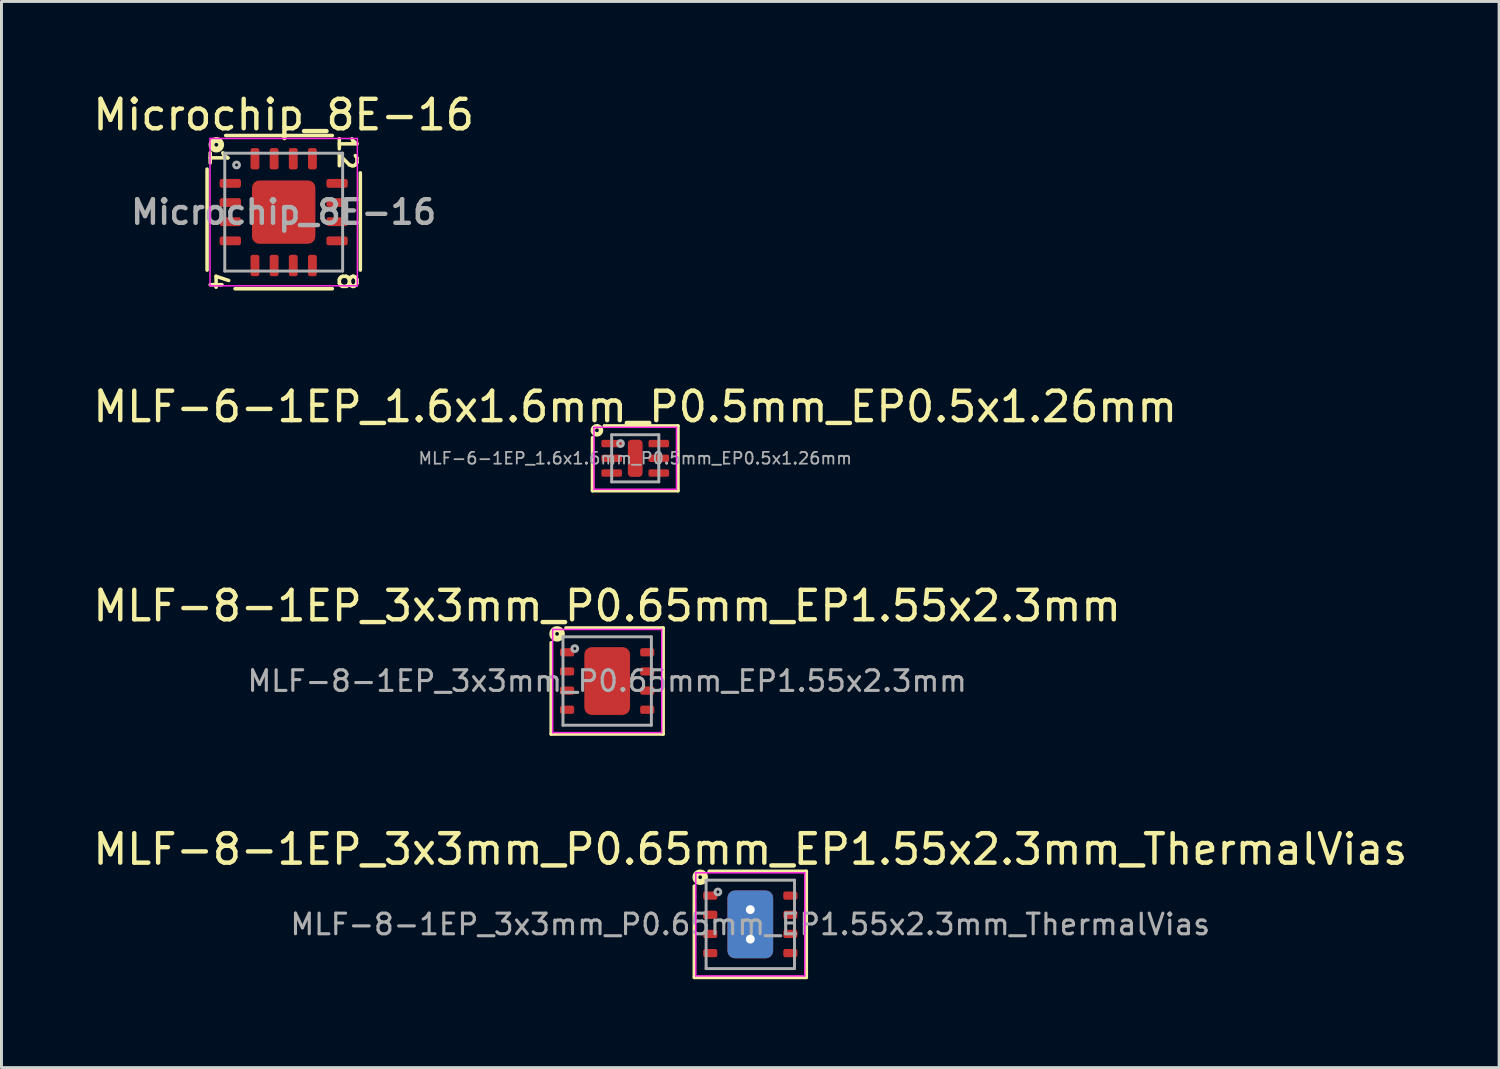
<source format=kicad_pcb>
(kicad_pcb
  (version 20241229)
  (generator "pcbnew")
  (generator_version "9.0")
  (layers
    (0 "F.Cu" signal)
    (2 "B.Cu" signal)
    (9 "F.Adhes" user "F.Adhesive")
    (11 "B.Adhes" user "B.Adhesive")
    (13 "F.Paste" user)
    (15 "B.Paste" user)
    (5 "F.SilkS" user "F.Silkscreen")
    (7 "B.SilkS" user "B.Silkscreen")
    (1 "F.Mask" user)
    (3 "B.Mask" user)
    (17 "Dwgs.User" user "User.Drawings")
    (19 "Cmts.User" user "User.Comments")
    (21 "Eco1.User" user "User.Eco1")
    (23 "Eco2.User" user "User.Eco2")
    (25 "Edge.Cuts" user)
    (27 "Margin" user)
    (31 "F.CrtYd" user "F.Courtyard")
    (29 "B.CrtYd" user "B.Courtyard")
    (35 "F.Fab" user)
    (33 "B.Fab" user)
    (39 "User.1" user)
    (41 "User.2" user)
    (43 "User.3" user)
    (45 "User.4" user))
  (footprint "Microchip_8E-16"
    (layer "F.Cu")
    (at 6.577 4.148)
    (property "Reference" "Microchip_8E-16" (at 0 -3.3 0) (layer "F.SilkS") (effects (font (size 1 1) (thickness 0.15))))
    (attr smd)
    (fp_line (start -2.6 1.968) (end -2.6 -1.46) (stroke (width 0.12) (type solid)) (layer "F.SilkS"))
    (fp_line (start -1.968 -2.6) (end 1.651 -2.6) (stroke (width 0.12) (type solid)) (layer "F.SilkS"))
    (fp_line (start 1.651 2.6) (end -1.651 2.6) (stroke (width 0.12) (type solid)) (layer "F.SilkS"))
    (fp_line (start 2.6 -1.333) (end 2.6 1.968) (stroke (width 0.12) (type solid)) (layer "F.SilkS"))
    (fp_circle (center -2.286 -2.286) (end -2.223 -2.286) (stroke (width 0.2) (type solid)) (fill no) (layer "F.SilkS"))
    (fp_line (start -2.5 -2.5) (end -2.5 2.5) (stroke (width 0.05) (type solid)) (layer "F.CrtYd"))
    (fp_line (start -2.5 -2.5) (end 2.5 -2.5) (stroke (width 0.05) (type solid)) (layer "F.CrtYd"))
    (fp_line (start -2.5 2.5) (end 2.5 2.5) (stroke (width 0.05) (type solid)) (layer "F.CrtYd"))
    (fp_line (start 2.5 -2.5) (end 2.5 2.5) (stroke (width 0.05) (type solid)) (layer "F.CrtYd"))
    (fp_line (start -2 -2) (end 2 -2) (stroke (width 0.1) (type solid)) (layer "F.Fab"))
    (fp_line (start -2 2) (end -2 -2) (stroke (width 0.1) (type solid)) (layer "F.Fab"))
    (fp_line (start 2 -2) (end 2 2) (stroke (width 0.1) (type solid)) (layer "F.Fab"))
    (fp_line (start 2 2) (end -2 2) (stroke (width 0.1) (type solid)) (layer "F.Fab"))
    (fp_circle (center -1.6 -1.6) (end -1.5 -1.6) (stroke (width 0.1) (type solid)) (fill no) (layer "F.Fab"))
    (fp_text user "12" (at 2.159 -2.032 270) (unlocked yes) (layer "F.SilkS") (effects (font (size 0.6 0.6) (thickness 0.12))))
    (fp_text user "1" (at -2.223 -1.841 270) (unlocked yes) (layer "F.SilkS") (effects (font (size 0.6 0.6) (thickness 0.12))))
    (fp_text user "4" (at -2.223 2.349 270) (unlocked yes) (layer "F.SilkS") (effects (font (size 0.6 0.6) (thickness 0.12))))
    (fp_text user "8" (at 2.159 2.349 270) (unlocked yes) (layer "F.SilkS") (effects (font (size 0.6 0.6) (thickness 0.12))))
    (fp_text user "${REFERENCE}" (at 0 0 0) (layer "F.Fab") (effects (font (size 0.8 0.8) (thickness 0.15))))
    (pad "" smd roundrect (at -0.55 -0.55 90) (size 0.9 0.9) (layers "F.Paste") (roundrect_rratio 0.116))
    (pad "" smd roundrect (at -0.55 0.55 90) (size 0.9 0.9) (layers "F.Paste") (roundrect_rratio 0.116))
    (pad "" smd roundrect (at 0.55 -0.55 90) (size 0.9 0.9) (layers "F.Paste") (roundrect_rratio 0.116))
    (pad "" smd roundrect (at 0.55 0.55 90) (size 0.9 0.9) (layers "F.Paste") (roundrect_rratio 0.116))
    (pad "1" smd roundrect (at -1.812 -0.975) (size 0.725 0.3) (layers "F.Cu" "F.Mask" "F.Paste") (roundrect_rratio 0.25))
    (pad "2" smd roundrect (at -1.812 -0.325) (size 0.725 0.3) (layers "F.Cu" "F.Mask" "F.Paste") (roundrect_rratio 0.25))
    (pad "3" smd roundrect (at -1.812 0.325) (size 0.725 0.3) (layers "F.Cu" "F.Mask" "F.Paste") (roundrect_rratio 0.25))
    (pad "4" smd roundrect (at -1.812 0.975) (size 0.725 0.3) (layers "F.Cu" "F.Mask" "F.Paste") (roundrect_rratio 0.25))
    (pad "5" smd roundrect (at -0.975 1.812 90) (size 0.725 0.3) (layers "F.Cu" "F.Mask" "F.Paste") (roundrect_rratio 0.25))
    (pad "6" smd roundrect (at -0.325 1.812 90) (size 0.725 0.3) (layers "F.Cu" "F.Mask" "F.Paste") (roundrect_rratio 0.25))
    (pad "7" smd roundrect (at 0.325 1.812 90) (size 0.725 0.3) (layers "F.Cu" "F.Mask" "F.Paste") (roundrect_rratio 0.25))
    (pad "8" smd roundrect (at 0.975 1.812 90) (size 0.725 0.3) (layers "F.Cu" "F.Mask" "F.Paste") (roundrect_rratio 0.25))
    (pad "9" smd roundrect (at 1.812 0.975) (size 0.725 0.3) (layers "F.Cu" "F.Mask" "F.Paste") (roundrect_rratio 0.25))
    (pad "10" smd roundrect (at 1.812 0.325) (size 0.725 0.3) (layers "F.Cu" "F.Mask" "F.Paste") (roundrect_rratio 0.25))
    (pad "11" smd roundrect (at 1.812 -0.325) (size 0.725 0.3) (layers "F.Cu" "F.Mask" "F.Paste") (roundrect_rratio 0.25))
    (pad "12" smd roundrect (at 1.812 -0.975) (size 0.725 0.3) (layers "F.Cu" "F.Mask" "F.Paste") (roundrect_rratio 0.25))
    (pad "13" smd roundrect (at 0.975 -1.812 90) (size 0.725 0.3) (layers "F.Cu" "F.Mask" "F.Paste") (roundrect_rratio 0.25))
    (pad "14" smd roundrect (at 0.325 -1.812 90) (size 0.725 0.3) (layers "F.Cu" "F.Mask" "F.Paste") (roundrect_rratio 0.25))
    (pad "15" smd roundrect (at -0.325 -1.812 90) (size 0.725 0.3) (layers "F.Cu" "F.Mask" "F.Paste") (roundrect_rratio 0.25))
    (pad "16" smd roundrect (at -0.975 -1.812 90) (size 0.725 0.3) (layers "F.Cu" "F.Mask" "F.Paste") (roundrect_rratio 0.25))
    (pad "17" smd roundrect (at 0 0 90) (size 2.15 2.15) (layers "F.Cu" "F.Mask") (roundrect_rratio 0.116)))
  (footprint "MLF-6-1EP_1.6x1.6mm_P0.5mm_EP0.5x1.26mm"
    (layer "F.Cu")
    (at 18.506 12.502)
    (property "Reference" "MLF-6-1EP_1.6x1.6mm_P0.5mm_EP0.5x1.26mm" (at 0 -1.75 0) (layer "F.SilkS") (effects (font (size 1 1) (thickness 0.15))))
    (attr smd)
    (fp_line (start -1.45 1.1) (end -1.45 -0.7) (stroke (width 0.12) (type solid)) (layer "F.SilkS"))
    (fp_line (start -1.05 -1.1) (end 1.45 -1.1) (stroke (width 0.12) (type solid)) (layer "F.SilkS"))
    (fp_line (start 1.45 -1.1) (end 1.45 1.1) (stroke (width 0.12) (type solid)) (layer "F.SilkS"))
    (fp_line (start 1.45 1.1) (end -1.45 1.1) (stroke (width 0.12) (type solid)) (layer "F.SilkS"))
    (fp_circle (center -1.3 -0.95) (end -1.236 -0.95) (stroke (width 0.15) (type solid)) (fill no) (layer "F.SilkS"))
    (fp_line (start -1.4 -1.05) (end -1.4 1.05) (stroke (width 0.05) (type solid)) (layer "F.CrtYd"))
    (fp_line (start -1.4 1.05) (end 1.4 1.05) (stroke (width 0.05) (type solid)) (layer "F.CrtYd"))
    (fp_line (start 1.4 -1.05) (end -1.4 -1.05) (stroke (width 0.05) (type solid)) (layer "F.CrtYd"))
    (fp_line (start 1.4 1.05) (end 1.4 -1.05) (stroke (width 0.05) (type solid)) (layer "F.CrtYd"))
    (fp_line (start -0.8 -0.8) (end 0.8 -0.8) (stroke (width 0.1) (type solid)) (layer "F.Fab"))
    (fp_line (start -0.8 0.8) (end -0.8 -0.8) (stroke (width 0.1) (type solid)) (layer "F.Fab"))
    (fp_line (start 0.8 -0.8) (end 0.8 0.8) (stroke (width 0.1) (type solid)) (layer "F.Fab"))
    (fp_line (start 0.8 0.8) (end -0.8 0.8) (stroke (width 0.1) (type solid)) (layer "F.Fab"))
    (fp_circle (center -0.5 -0.5) (end -0.4 -0.5) (stroke (width 0.1) (type solid)) (fill no) (layer "F.Fab"))
    (fp_text user "${REFERENCE}" (at 0 0 0) (layer "F.Fab") (effects (font (size 0.4 0.4) (thickness 0.06))))
    (pad "" smd roundrect (at 0 -0.315) (size 0.4 0.51) (layers "F.Paste") (roundrect_rratio 0.25))
    (pad "" smd roundrect (at 0 0.315) (size 0.4 0.51) (layers "F.Paste") (roundrect_rratio 0.25))
    (pad "1" smd roundrect (at -0.8 -0.5) (size 0.7 0.25) (layers "F.Cu" "F.Mask" "F.Paste") (roundrect_rratio 0.25))
    (pad "2" smd roundrect (at -0.8 0) (size 0.7 0.25) (layers "F.Cu" "F.Mask" "F.Paste") (roundrect_rratio 0.25))
    (pad "3" smd roundrect (at -0.8 0.5) (size 0.7 0.25) (layers "F.Cu" "F.Mask" "F.Paste") (roundrect_rratio 0.25))
    (pad "4" smd roundrect (at 0.8 0.5) (size 0.7 0.25) (layers "F.Cu" "F.Mask" "F.Paste") (roundrect_rratio 0.25))
    (pad "5" smd roundrect (at 0.8 0) (size 0.7 0.25) (layers "F.Cu" "F.Mask" "F.Paste") (roundrect_rratio 0.25))
    (pad "6" smd roundrect (at 0.8 -0.5) (size 0.7 0.25) (layers "F.Cu" "F.Mask" "F.Paste") (roundrect_rratio 0.25))
    (pad "7" smd roundrect (at 0 0) (size 0.5 1.26) (layers "F.Cu" "F.Mask") (roundrect_rratio 0.25)))
  (footprint "MLF-8-1EP_3x3mm_P0.65mm_EP1.55x2.3mm"
    (layer "F.Cu")
    (at 17.554 20.06)
    (property "Reference" "MLF-8-1EP_3x3mm_P0.65mm_EP1.55x2.3mm" (at 0 -2.55 0) (layer "F.SilkS") (effects (font (size 1 1) (thickness 0.15))))
    (attr smd)
    (fp_line (start -1.9 1.8) (end -1.9 -1.3) (stroke (width 0.12) (type solid)) (layer "F.SilkS"))
    (fp_line (start -1.4 -1.8) (end 1.9 -1.8) (stroke (width 0.12) (type solid)) (layer "F.SilkS"))
    (fp_line (start 1.9 -1.8) (end 1.9 1.8) (stroke (width 0.12) (type solid)) (layer "F.SilkS"))
    (fp_line (start 1.9 1.8) (end -1.9 1.8) (stroke (width 0.12) (type solid)) (layer "F.SilkS"))
    (fp_circle (center -1.7 -1.6) (end -1.637 -1.6) (stroke (width 0.2) (type solid)) (fill no) (layer "F.SilkS"))
    (fp_line (start -1.85 -1.75) (end -1.85 1.75) (stroke (width 0.05) (type solid)) (layer "F.CrtYd"))
    (fp_line (start -1.85 -1.75) (end 1.85 -1.75) (stroke (width 0.05) (type solid)) (layer "F.CrtYd"))
    (fp_line (start -1.85 1.75) (end 1.85 1.75) (stroke (width 0.05) (type solid)) (layer "F.CrtYd"))
    (fp_line (start 1.85 -1.75) (end 1.85 1.75) (stroke (width 0.05) (type solid)) (layer "F.CrtYd"))
    (fp_line (start -1.5 -1.5) (end 1.5 -1.5) (stroke (width 0.1) (type solid)) (layer "F.Fab"))
    (fp_line (start -1.5 1.5) (end -1.5 -1.5) (stroke (width 0.1) (type solid)) (layer "F.Fab"))
    (fp_line (start 1.5 -1.5) (end 1.5 1.5) (stroke (width 0.1) (type solid)) (layer "F.Fab"))
    (fp_line (start 1.5 1.5) (end -1.5 1.5) (stroke (width 0.1) (type solid)) (layer "F.Fab"))
    (fp_circle (center -1.1 -1.1) (end -1 -1.1) (stroke (width 0.1) (type solid)) (fill no) (layer "F.Fab"))
    (fp_text user "${REFERENCE}" (at 0 0 0) (layer "F.Fab") (effects (font (size 0.7 0.7) (thickness 0.105))))
    (pad "" smd roundrect (at 0 -0.85) (size 1.5 0.4) (layers "F.Paste") (roundrect_rratio 0.25))
    (pad "" smd roundrect (at 0 0) (size 1.5 0.65) (layers "F.Paste") (roundrect_rratio 0.25))
    (pad "" smd roundrect (at 0 0.85) (size 1.5 0.4) (layers "F.Paste") (roundrect_rratio 0.25))
    (pad "1" smd roundrect (at -1.36 -0.975) (size 0.48 0.28) (layers "F.Cu" "F.Mask" "F.Paste") (roundrect_rratio 0.25))
    (pad "2" smd roundrect (at -1.36 -0.325) (size 0.48 0.28) (layers "F.Cu" "F.Mask" "F.Paste") (roundrect_rratio 0.25))
    (pad "3" smd roundrect (at -1.36 0.325) (size 0.48 0.28) (layers "F.Cu" "F.Mask" "F.Paste") (roundrect_rratio 0.25))
    (pad "4" smd roundrect (at -1.36 0.975) (size 0.48 0.28) (layers "F.Cu" "F.Mask" "F.Paste") (roundrect_rratio 0.25))
    (pad "5" smd roundrect (at 1.36 0.975) (size 0.48 0.28) (layers "F.Cu" "F.Mask" "F.Paste") (roundrect_rratio 0.25))
    (pad "6" smd roundrect (at 1.36 0.325) (size 0.48 0.28) (layers "F.Cu" "F.Mask" "F.Paste") (roundrect_rratio 0.25))
    (pad "7" smd roundrect (at 1.36 -0.325) (size 0.48 0.28) (layers "F.Cu" "F.Mask" "F.Paste") (roundrect_rratio 0.25))
    (pad "8" smd roundrect (at 1.36 -0.975) (size 0.48 0.28) (layers "F.Cu" "F.Mask" "F.Paste") (roundrect_rratio 0.25))
    (pad "9" smd roundrect (at 0 0) (size 1.55 2.3) (layers "F.Cu" "F.Mask") (roundrect_rratio 0.161)))
  (footprint "MLF-8-1EP_3x3mm_P0.65mm_EP1.55x2.3mm_ThermalVias"
    (layer "F.Cu")
    (at 22.411 28.318)
    (property "Reference" "MLF-8-1EP_3x3mm_P0.65mm_EP1.55x2.3mm_ThermalVias" (at 0 -2.55 0) (layer "F.SilkS") (effects (font (size 1 1) (thickness 0.15))))
    (attr smd)
    (fp_line (start -1.9 1.8) (end -1.9 -1.3) (stroke (width 0.12) (type solid)) (layer "F.SilkS"))
    (fp_line (start -1.4 -1.8) (end 1.9 -1.8) (stroke (width 0.12) (type solid)) (layer "F.SilkS"))
    (fp_line (start 1.9 -1.8) (end 1.9 1.8) (stroke (width 0.12) (type solid)) (layer "F.SilkS"))
    (fp_line (start 1.9 1.8) (end -1.9 1.8) (stroke (width 0.12) (type solid)) (layer "F.SilkS"))
    (fp_circle (center -1.7 -1.6) (end -1.637 -1.6) (stroke (width 0.2) (type solid)) (fill no) (layer "F.SilkS"))
    (fp_line (start -1.85 -1.75) (end -1.85 1.75) (stroke (width 0.05) (type solid)) (layer "F.CrtYd"))
    (fp_line (start -1.85 -1.75) (end 1.85 -1.75) (stroke (width 0.05) (type solid)) (layer "F.CrtYd"))
    (fp_line (start -1.85 1.75) (end 1.85 1.75) (stroke (width 0.05) (type solid)) (layer "F.CrtYd"))
    (fp_line (start 1.85 -1.75) (end 1.85 1.75) (stroke (width 0.05) (type solid)) (layer "F.CrtYd"))
    (fp_line (start -1.5 -1.5) (end 1.5 -1.5) (stroke (width 0.1) (type solid)) (layer "F.Fab"))
    (fp_line (start -1.5 1.5) (end -1.5 -1.5) (stroke (width 0.1) (type solid)) (layer "F.Fab"))
    (fp_line (start 1.5 -1.5) (end 1.5 1.5) (stroke (width 0.1) (type solid)) (layer "F.Fab"))
    (fp_line (start 1.5 1.5) (end -1.5 1.5) (stroke (width 0.1) (type solid)) (layer "F.Fab"))
    (fp_circle (center -1.1 -1.1) (end -1 -1.1) (stroke (width 0.1) (type solid)) (fill no) (layer "F.Fab"))
    (fp_text user "${REFERENCE}" (at 0 0 0) (layer "F.Fab") (effects (font (size 0.7 0.7) (thickness 0.105))))
    (pad "" smd roundrect (at 0 -0.9) (size 1.5 0.4) (layers "F.Paste") (roundrect_rratio 0.25))
    (pad "" smd roundrect (at 0 0) (size 1.5 0.65) (layers "F.Paste") (roundrect_rratio 0.25))
    (pad "" smd roundrect (at 0 0.9) (size 1.5 0.4) (layers "F.Paste") (roundrect_rratio 0.25))
    (pad "1" smd roundrect (at -1.36 -0.975) (size 0.48 0.28) (layers "F.Cu" "F.Mask" "F.Paste") (roundrect_rratio 0.25))
    (pad "2" smd roundrect (at -1.36 -0.325) (size 0.48 0.28) (layers "F.Cu" "F.Mask" "F.Paste") (roundrect_rratio 0.25))
    (pad "3" smd roundrect (at -1.36 0.325) (size 0.48 0.28) (layers "F.Cu" "F.Mask" "F.Paste") (roundrect_rratio 0.25))
    (pad "4" smd roundrect (at -1.36 0.975) (size 0.48 0.28) (layers "F.Cu" "F.Mask" "F.Paste") (roundrect_rratio 0.25))
    (pad "5" smd roundrect (at 1.36 0.975) (size 0.48 0.28) (layers "F.Cu" "F.Mask" "F.Paste") (roundrect_rratio 0.25))
    (pad "6" smd roundrect (at 1.36 0.325) (size 0.48 0.28) (layers "F.Cu" "F.Mask" "F.Paste") (roundrect_rratio 0.25))
    (pad "7" smd roundrect (at 1.36 -0.325) (size 0.48 0.28) (layers "F.Cu" "F.Mask" "F.Paste") (roundrect_rratio 0.25))
    (pad "8" smd roundrect (at 1.36 -0.975) (size 0.48 0.28) (layers "F.Cu" "F.Mask" "F.Paste") (roundrect_rratio 0.25))
    (pad "9" thru_hole circle (at 0 -0.5) (size 0.6 0.6) (drill 0.3) (property pad_prop_heatsink) (layers "*.Cu" "*.Mask"))
    (pad "9" smd roundrect (at 0 0) (size 1.55 2.3) (layers "F.Cu" "F.Mask") (roundrect_rratio 0.161))
    (pad "9" smd roundrect (at 0 0) (size 1.55 2.3) (layers "B.Cu" "B.Mask") (roundrect_rratio 0.161))
    (pad "9" thru_hole circle (at 0 0.5) (size 0.6 0.6) (drill 0.3) (property pad_prop_heatsink) (layers "*.Cu" "*.Mask")))
  (gr_rect
    (start -3 -3)
    (end 47.821 33.178)
    (stroke (width 0.1) (type default))
    (fill no)
    (layer "Edge.Cuts")))
</source>
